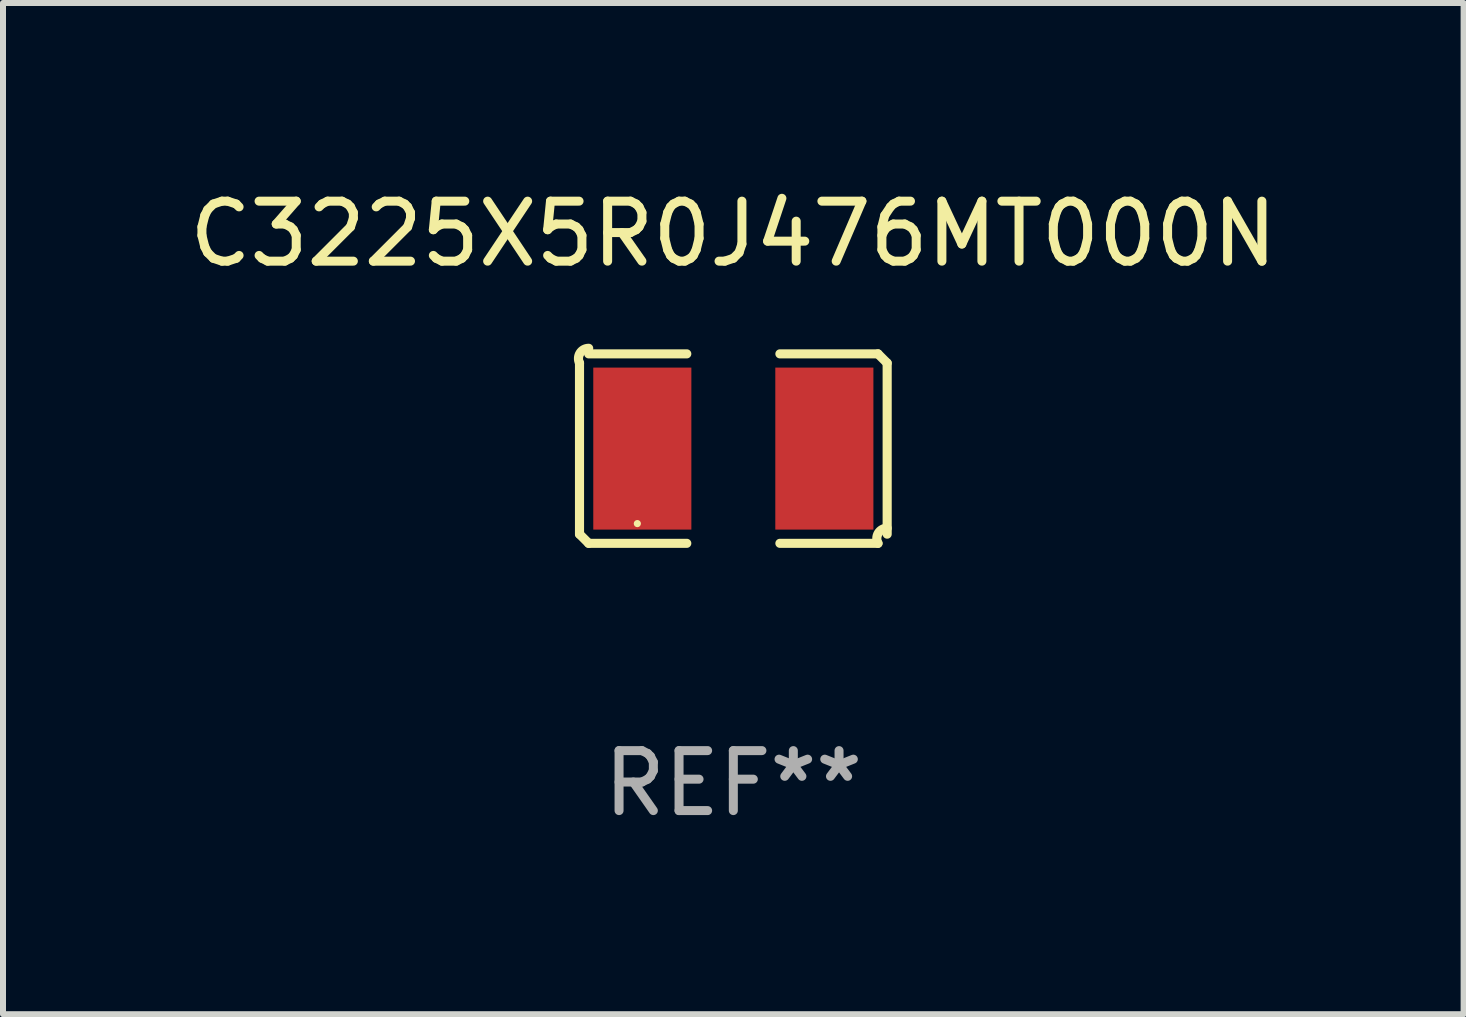
<source format=kicad_pcb>
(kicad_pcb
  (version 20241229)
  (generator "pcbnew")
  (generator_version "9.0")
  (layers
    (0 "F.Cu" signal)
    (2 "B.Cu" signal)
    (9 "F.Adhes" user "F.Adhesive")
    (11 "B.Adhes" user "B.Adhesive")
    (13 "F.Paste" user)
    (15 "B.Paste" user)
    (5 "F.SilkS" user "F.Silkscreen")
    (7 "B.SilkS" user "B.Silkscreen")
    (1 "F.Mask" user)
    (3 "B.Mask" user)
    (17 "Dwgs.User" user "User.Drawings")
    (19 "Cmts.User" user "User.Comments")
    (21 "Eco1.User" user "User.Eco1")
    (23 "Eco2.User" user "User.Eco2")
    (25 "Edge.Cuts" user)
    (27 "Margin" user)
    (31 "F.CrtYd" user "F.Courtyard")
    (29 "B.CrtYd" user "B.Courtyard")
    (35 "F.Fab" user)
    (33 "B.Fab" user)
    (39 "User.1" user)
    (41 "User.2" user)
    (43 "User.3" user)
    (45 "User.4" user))
  (footprint "C3225X5R0J476MT000N"
    (layer "F.Cu")
    (at 9.173 4.427)
    (property "Reference" "C3225X5R0J476MT000N" (at 0 -3.579 0) (layer "F.SilkS") (effects (font (size 1 1) (thickness 0.15))))
    (attr through_hole)
    (fp_line (start -2.564 1.426) (end -2.564 -1.426) (stroke (width 0.152) (type solid)) (layer "F.SilkS"))
    (fp_line (start -2.411 -1.579) (end -0.776 -1.579) (stroke (width 0.152) (type solid)) (layer "F.SilkS"))
    (fp_line (start -0.776 1.579) (end -2.411 1.579) (stroke (width 0.152) (type solid)) (layer "F.SilkS"))
    (fp_line (start 0.776 1.579) (end 2.411 1.579) (stroke (width 0.152) (type solid)) (layer "F.SilkS"))
    (fp_line (start 2.411 -1.579) (end 0.776 -1.579) (stroke (width 0.152) (type solid)) (layer "F.SilkS"))
    (fp_line (start 2.564 1.426) (end 2.564 -1.426) (stroke (width 0.152) (type solid)) (layer "F.SilkS"))
    (fp_arc (start -2.563602 -1.426213) (mid -2.555597 -1.591233) (end -2.411201 -1.671518) (stroke (width 0.1524) (type solid)) (layer "F.SilkS"))
    (fp_arc (start -2.5636 1.426214) (mid -2.487389 1.502402) (end -2.411201 1.578613) (stroke (width 0.1524) (type solid)) (layer "F.SilkS"))
    (fp_arc (start 2.411197 -1.578618) (mid 2.487403 -1.502419) (end 2.563602 -1.426213) (stroke (width 0.1524) (type solid)) (layer "F.SilkS"))
    (fp_arc (start 2.411201 1.578613) (mid 2.416214 1.409455) (end 2.563602 1.32629) (stroke (width 0.1524) (type solid)) (layer "F.SilkS"))
    (fp_circle (center -1.6 1.25) (end -1.57 1.25) (stroke (width 0.06) (type solid)) (fill no) (layer "F.SilkS"))
    (fp_text user "REF**" (at 0 5.579 0) (layer "F.Fab") (effects (font (size 1 1) (thickness 0.15))))
    (pad "1" smd rect (at -1.517 0) (size 1.635 2.7) (layers "F.Cu" "F.Mask" "F.Paste"))
    (pad "2" smd rect (at 1.517 0) (size 1.635 2.7) (layers "F.Cu" "F.Mask" "F.Paste")))
  (gr_rect
    (start -3 -3)
    (end 21.345 13.854)
    (stroke (width 0.1) (type default))
    (fill no)
    (layer "Edge.Cuts")))
</source>
